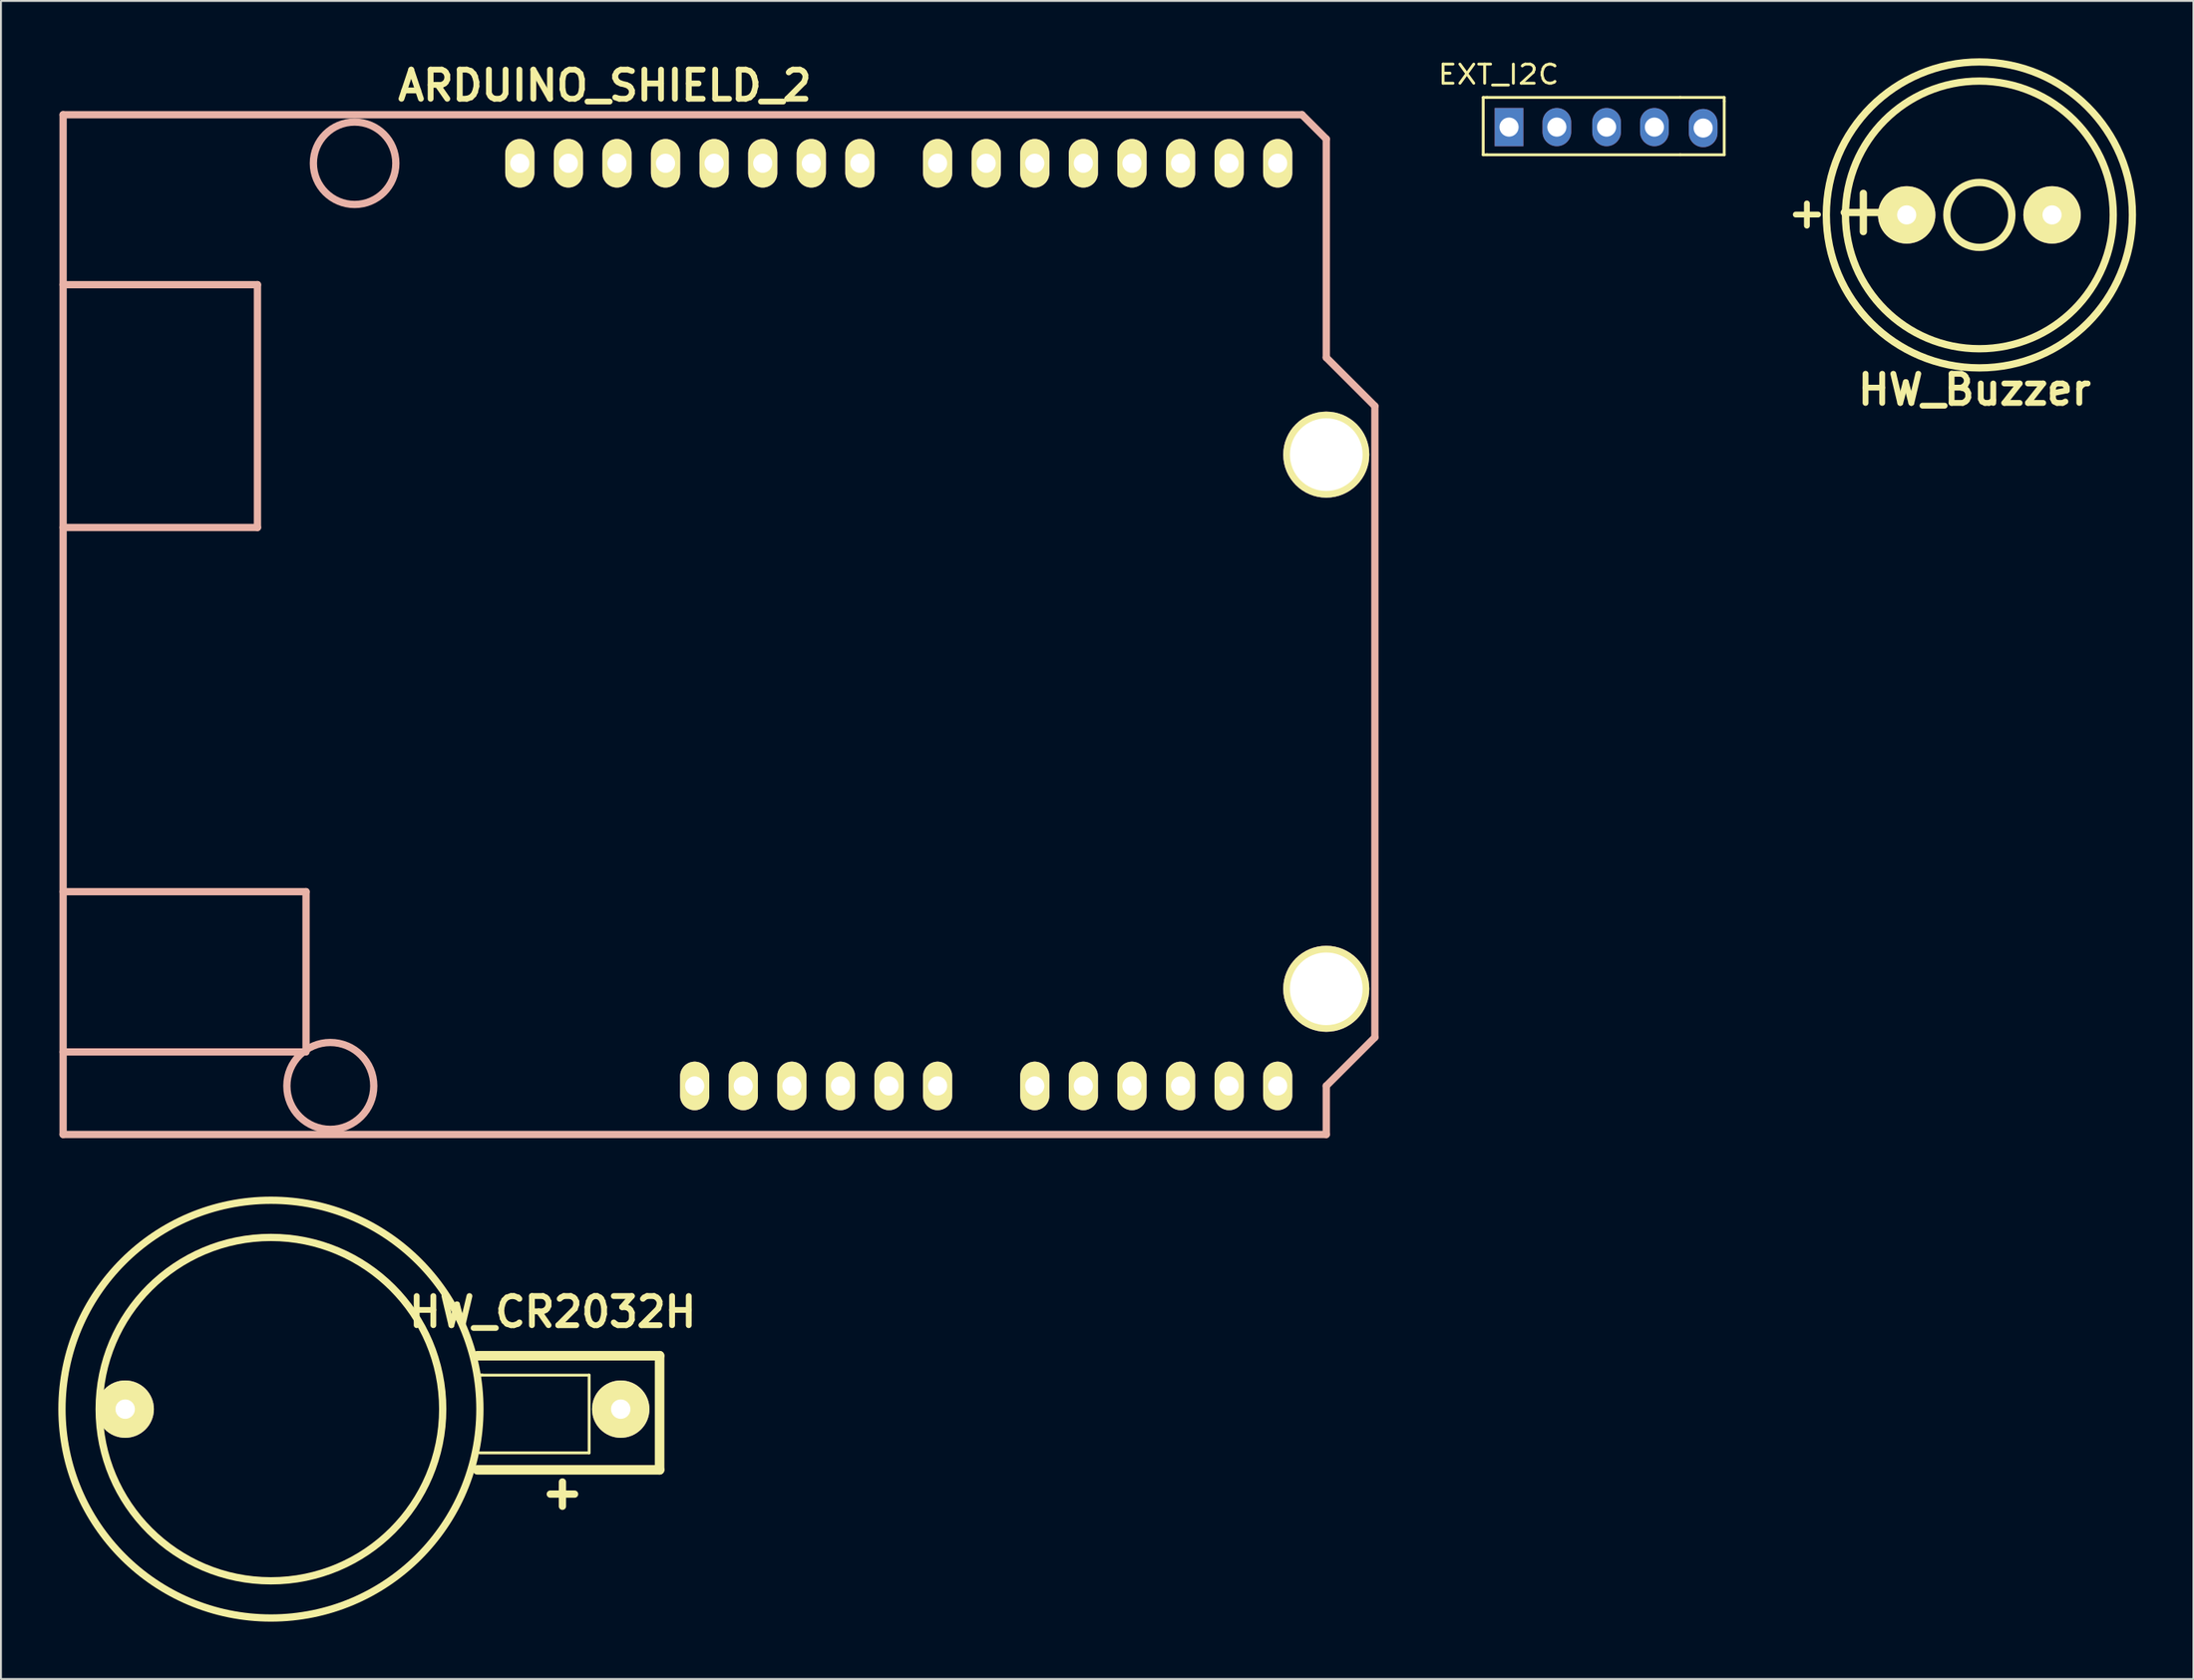
<source format=kicad_pcb>
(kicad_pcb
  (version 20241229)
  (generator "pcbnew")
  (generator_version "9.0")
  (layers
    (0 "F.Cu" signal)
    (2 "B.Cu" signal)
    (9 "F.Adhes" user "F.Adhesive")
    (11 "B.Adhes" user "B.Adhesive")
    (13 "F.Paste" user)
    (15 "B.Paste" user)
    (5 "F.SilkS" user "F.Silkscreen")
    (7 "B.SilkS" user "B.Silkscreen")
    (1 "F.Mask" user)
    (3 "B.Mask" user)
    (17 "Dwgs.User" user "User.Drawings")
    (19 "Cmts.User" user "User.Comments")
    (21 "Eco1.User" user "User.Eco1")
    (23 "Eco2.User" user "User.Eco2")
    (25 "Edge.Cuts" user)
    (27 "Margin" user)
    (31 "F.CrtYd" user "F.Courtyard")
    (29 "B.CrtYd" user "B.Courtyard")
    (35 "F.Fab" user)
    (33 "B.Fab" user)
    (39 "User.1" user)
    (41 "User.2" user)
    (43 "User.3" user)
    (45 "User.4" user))
  (footprint "HW_CR2032H"
    (layer "F.Cu")
    (at 11.115 70.656)
    (property "Reference" "HW_CR2032H" (at 14.732 -5.08 0) (layer "F.SilkS") (effects (font (size 1.524 1.524) (thickness 0.305))))
    (attr through_hole)
    (fp_line (start 10.795 -2.794) (end 20.32 -2.794) (stroke (width 0.5) (type solid)) (layer "F.SilkS"))
    (fp_line (start 10.922 -1.778) (end 11.049 -1.778) (stroke (width 0.15) (type solid)) (layer "F.SilkS"))
    (fp_line (start 10.922 2.286) (end 16.637 2.286) (stroke (width 0.15) (type solid)) (layer "F.SilkS"))
    (fp_line (start 14.605 4.445) (end 15.875 4.445) (stroke (width 0.381) (type solid)) (layer "F.SilkS"))
    (fp_line (start 15.24 3.81) (end 15.24 5.08) (stroke (width 0.381) (type solid)) (layer "F.SilkS"))
    (fp_line (start 16.637 -1.778) (end 10.922 -1.778) (stroke (width 0.15) (type solid)) (layer "F.SilkS"))
    (fp_line (start 16.637 2.286) (end 16.637 -1.778) (stroke (width 0.15) (type solid)) (layer "F.SilkS"))
    (fp_line (start 17.145 3.175) (end 10.795 3.175) (stroke (width 0.381) (type solid)) (layer "F.SilkS"))
    (fp_line (start 17.78 3.175) (end 17.145 3.175) (stroke (width 0.381) (type solid)) (layer "F.SilkS"))
    (fp_line (start 20.32 -2.794) (end 20.32 3.175) (stroke (width 0.5) (type solid)) (layer "F.SilkS"))
    (fp_line (start 20.32 3.175) (end 10.795 3.175) (stroke (width 0.5) (type solid)) (layer "F.SilkS"))
    (fp_circle (center 0 0) (end -1.27 -8.89) (stroke (width 0.381) (type solid)) (fill no) (layer "F.SilkS"))
    (fp_circle (center 0 0) (end 6.35 8.89) (stroke (width 0.381) (type solid)) (fill no) (layer "F.SilkS"))
    (pad "1" thru_hole circle (at 18.288 0) (size 3 3) (drill 1.016) (layers "*.Cu" "*.Mask" "F.SilkS"))
    (pad "2" thru_hole circle (at -7.62 0) (size 3 3) (drill 1.016) (layers "*.Cu" "*.Mask" "F.SilkS")))
  (footprint "HW_Buzzer"
    (layer "F.Cu")
    (at 100.435 8.191)
    (property "Reference" "HW_Buzzer" (at -0.254 9.144 0) (layer "F.SilkS") (effects (font (size 1.524 1.524) (thickness 0.305))))
    (attr through_hole)
    (fp_line (start -7.064 -0.127) (end -5.065 -0.127) (stroke (width 0.381) (type solid)) (layer "F.SilkS"))
    (fp_line (start -6.066 -1.128) (end -6.066 0.874) (stroke (width 0.381) (type solid)) (layer "F.SilkS"))
    (fp_circle (center 0 0) (end 1.699 0) (stroke (width 0.381) (type solid)) (fill no) (layer "F.SilkS"))
    (fp_circle (center 0 0) (end 7 0) (stroke (width 0.381) (type solid)) (fill no) (layer "F.SilkS"))
    (fp_circle (center 0 0) (end 8.001 0) (stroke (width 0.381) (type solid)) (fill no) (layer "F.SilkS"))
    (fp_text user "+" (at -9.017 -0.127 0) (layer "F.SilkS") (effects (font (size 1.524 1.524) (thickness 0.305))))
    (pad "1" thru_hole circle (at -3.8 0) (size 3 3) (drill 1.001) (layers "*.Cu" "*.Mask" "F.SilkS"))
    (pad "2" thru_hole circle (at 3.8 0) (size 3 3) (drill 1.001) (layers "*.Cu" "*.Mask" "F.SilkS")))
  (footprint "EXT_I2C"
    (layer "F.Cu")
    (at 74.695 5.048)
    (property "Reference" "EXT_I2C" (at 0.6 -4.2 0) (layer "F.SilkS") (effects (font (size 1 1.087) (thickness 0.15))))
    (attr through_hole)
    (fp_line (start -0.2 -3) (end -0.2 0) (stroke (width 0.15) (type solid)) (layer "F.SilkS"))
    (fp_line (start -0.2 0) (end 0 0) (stroke (width 0.15) (type solid)) (layer "F.SilkS"))
    (fp_line (start 0 -3) (end -0.2 -3) (stroke (width 0.15) (type solid)) (layer "F.SilkS"))
    (fp_line (start 0 0) (end 10.1 0) (stroke (width 0.15) (type solid)) (layer "F.SilkS"))
    (fp_line (start 10.1 -3) (end 0 -3) (stroke (width 0.15) (type solid)) (layer "F.SilkS"))
    (fp_line (start 10.1 -3) (end 12.4 -3) (stroke (width 0.15) (type solid)) (layer "F.SilkS"))
    (fp_line (start 10.1 0) (end 12.4 0) (stroke (width 0.15) (type solid)) (layer "F.SilkS"))
    (fp_line (start 12.4 -3) (end 12.4 -2.8) (stroke (width 0.15) (type solid)) (layer "F.SilkS"))
    (fp_line (start 12.4 -2.8) (end 12.4 0) (stroke (width 0.15) (type solid)) (layer "F.SilkS"))
    (pad "1" thru_hole rect (at 1.15 -1.45) (size 1.5 2) (drill 1.001) (layers "*.Cu" "*.Mask"))
    (pad "1" thru_hole oval (at 11.3 -1.4) (size 1.5 2) (drill 1) (layers "*.Cu" "*.Mask"))
    (pad "2" thru_hole oval (at 3.65 -1.45) (size 1.5 2) (drill 1.001) (layers "*.Cu" "*.Mask"))
    (pad "3" thru_hole oval (at 6.25 -1.45) (size 1.5 2) (drill 1.001) (layers "*.Cu" "*.Mask"))
    (pad "4" thru_hole oval (at 8.75 -1.45) (size 1.5 2) (drill 1.001) (layers "*.Cu" "*.Mask")))
  (footprint "ARDUINO_SHIELD_2"
    (layer "F.Cu")
    (at 0.25 56.29)
    (property "Reference" "ARDUINO_SHIELD_2" (at 28.321 -54.864 0) (layer "F.SilkS") (effects (font (size 1.524 1.524) (thickness 0.305))))
    (attr through_hole)
    (fp_line (start 0 -44.45) (end 10.16 -44.45) (stroke (width 0.381) (type solid)) (layer "B.SilkS"))
    (fp_line (start 0 -12.7) (end 12.7 -12.7) (stroke (width 0.381) (type solid)) (layer "B.SilkS"))
    (fp_line (start 0 0) (end 0 -53.34) (stroke (width 0.381) (type solid)) (layer "B.SilkS"))
    (fp_line (start 10.16 -44.45) (end 10.16 -31.75) (stroke (width 0.381) (type solid)) (layer "B.SilkS"))
    (fp_line (start 10.16 -31.75) (end 0 -31.75) (stroke (width 0.381) (type solid)) (layer "B.SilkS"))
    (fp_line (start 12.7 -12.7) (end 12.7 -4.572) (stroke (width 0.381) (type solid)) (layer "B.SilkS"))
    (fp_line (start 12.7 -4.318) (end 0 -4.318) (stroke (width 0.381) (type solid)) (layer "B.SilkS"))
    (fp_line (start 64.77 -53.34) (end 0 -53.34) (stroke (width 0.381) (type solid)) (layer "B.SilkS"))
    (fp_line (start 66.04 -52.07) (end 64.77 -53.34) (stroke (width 0.381) (type solid)) (layer "B.SilkS"))
    (fp_line (start 66.04 -40.64) (end 66.04 -52.07) (stroke (width 0.381) (type solid)) (layer "B.SilkS"))
    (fp_line (start 66.04 -40.64) (end 68.58 -38.1) (stroke (width 0.381) (type solid)) (layer "B.SilkS"))
    (fp_line (start 66.04 -2.54) (end 66.04 0) (stroke (width 0.381) (type solid)) (layer "B.SilkS"))
    (fp_line (start 66.04 0) (end 0 0) (stroke (width 0.381) (type solid)) (layer "B.SilkS"))
    (fp_line (start 68.58 -38.1) (end 68.58 -5.08) (stroke (width 0.381) (type solid)) (layer "B.SilkS"))
    (fp_line (start 68.58 -5.08) (end 66.04 -2.54) (stroke (width 0.381) (type solid)) (layer "B.SilkS"))
    (fp_circle (center 13.97 -2.54) (end 16.002 -1.524) (stroke (width 0.381) (type solid)) (fill no) (layer "B.SilkS"))
    (fp_circle (center 15.24 -50.8) (end 16.764 -49.276) (stroke (width 0.381) (type solid)) (fill no) (layer "B.SilkS"))
    (pad "" thru_hole circle (at 66.04 -35.56) (size 4.5 4.5) (drill 3.8) (layers "*.Cu" "*.Mask" "F.SilkS"))
    (pad "" thru_hole circle (at 66.04 -7.62) (size 4.5 4.5) (drill 3.8) (layers "*.Cu" "*.Mask" "F.SilkS"))
    (pad "0" thru_hole oval (at 63.5 -50.8 90) (size 2.54 1.524) (drill 1) (layers "*.Cu" "*.Mask" "F.SilkS"))
    (pad "1" thru_hole oval (at 60.96 -50.8 90) (size 2.54 1.524) (drill 1) (layers "*.Cu" "*.Mask" "F.SilkS"))
    (pad "2" thru_hole oval (at 58.42 -50.8 90) (size 2.54 1.524) (drill 1) (layers "*.Cu" "*.Mask" "F.SilkS"))
    (pad "3" thru_hole oval (at 55.88 -50.8 90) (size 2.54 1.524) (drill 1) (layers "*.Cu" "*.Mask" "F.SilkS"))
    (pad "3V3" thru_hole oval (at 35.56 -2.54 90) (size 2.54 1.524) (drill 1) (layers "*.Cu" "*.Mask" "F.SilkS"))
    (pad "4" thru_hole oval (at 53.34 -50.8 90) (size 2.54 1.524) (drill 1) (layers "*.Cu" "*.Mask" "F.SilkS"))
    (pad "5" thru_hole oval (at 50.8 -50.8 90) (size 2.54 1.524) (drill 1) (layers "*.Cu" "*.Mask" "F.SilkS"))
    (pad "5V" thru_hole oval (at 38.1 -2.54 90) (size 2.54 1.524) (drill 1) (layers "*.Cu" "*.Mask" "F.SilkS"))
    (pad "6" thru_hole oval (at 48.26 -50.8 90) (size 2.54 1.524) (drill 1) (layers "*.Cu" "*.Mask" "F.SilkS"))
    (pad "7" thru_hole oval (at 45.72 -50.8 90) (size 2.54 1.524) (drill 1) (layers "*.Cu" "*.Mask" "F.SilkS"))
    (pad "8" thru_hole oval (at 41.656 -50.8 90) (size 2.54 1.524) (drill 1) (layers "*.Cu" "*.Mask" "F.SilkS"))
    (pad "9" thru_hole oval (at 39.116 -50.8 90) (size 2.54 1.524) (drill 1) (layers "*.Cu" "*.Mask" "F.SilkS"))
    (pad "10" thru_hole oval (at 36.576 -50.8 90) (size 2.54 1.524) (drill 1) (layers "*.Cu" "*.Mask" "F.SilkS"))
    (pad "11" thru_hole oval (at 34.036 -50.8 90) (size 2.54 1.524) (drill 1) (layers "*.Cu" "*.Mask" "F.SilkS"))
    (pad "12" thru_hole oval (at 31.496 -50.8 90) (size 2.54 1.524) (drill 1) (layers "*.Cu" "*.Mask" "F.SilkS"))
    (pad "13" thru_hole oval (at 28.956 -50.8 90) (size 2.54 1.524) (drill 1) (layers "*.Cu" "*.Mask" "F.SilkS"))
    (pad "AD0" thru_hole oval (at 50.8 -2.54 90) (size 2.54 1.524) (drill 1) (layers "*.Cu" "*.Mask" "F.SilkS"))
    (pad "AD1" thru_hole oval (at 53.34 -2.54 90) (size 2.54 1.524) (drill 1) (layers "*.Cu" "*.Mask" "F.SilkS"))
    (pad "AD2" thru_hole oval (at 55.88 -2.54 90) (size 2.54 1.524) (drill 1) (layers "*.Cu" "*.Mask" "F.SilkS"))
    (pad "AD3" thru_hole oval (at 58.42 -2.54 90) (size 2.54 1.524) (drill 1) (layers "*.Cu" "*.Mask" "F.SilkS"))
    (pad "AD4" thru_hole oval (at 60.96 -2.54 90) (size 2.54 1.524) (drill 1) (layers "*.Cu" "*.Mask" "F.SilkS"))
    (pad "AD5" thru_hole oval (at 63.5 -2.54 90) (size 2.54 1.524) (drill 1) (layers "*.Cu" "*.Mask" "F.SilkS"))
    (pad "AREF" thru_hole oval (at 23.876 -50.8 90) (size 2.54 1.524) (drill 1) (layers "*.Cu" "*.Mask" "F.SilkS"))
    (pad "GND1" thru_hole oval (at 40.64 -2.54 90) (size 2.54 1.524) (drill 1) (layers "*.Cu" "*.Mask" "F.SilkS"))
    (pad "GND2" thru_hole oval (at 43.18 -2.54 90) (size 2.54 1.524) (drill 1) (layers "*.Cu" "*.Mask" "F.SilkS"))
    (pad "GND3" thru_hole oval (at 26.416 -50.8 90) (size 2.54 1.524) (drill 1) (layers "*.Cu" "*.Mask" "F.SilkS"))
    (pad "RST" thru_hole oval (at 33.02 -2.54 90) (size 2.54 1.524) (drill 1) (layers "*.Cu" "*.Mask" "F.SilkS"))
    (pad "V_IN" thru_hole oval (at 45.72 -2.54 90) (size 2.54 1.524) (drill 1) (layers "*.Cu" "*.Mask" "F.SilkS")))
  (gr_rect
    (start -3 -3)
    (end 111.626 84.771)
    (stroke (width 0.1) (type default))
    (fill no)
    (layer "Edge.Cuts")))
</source>
